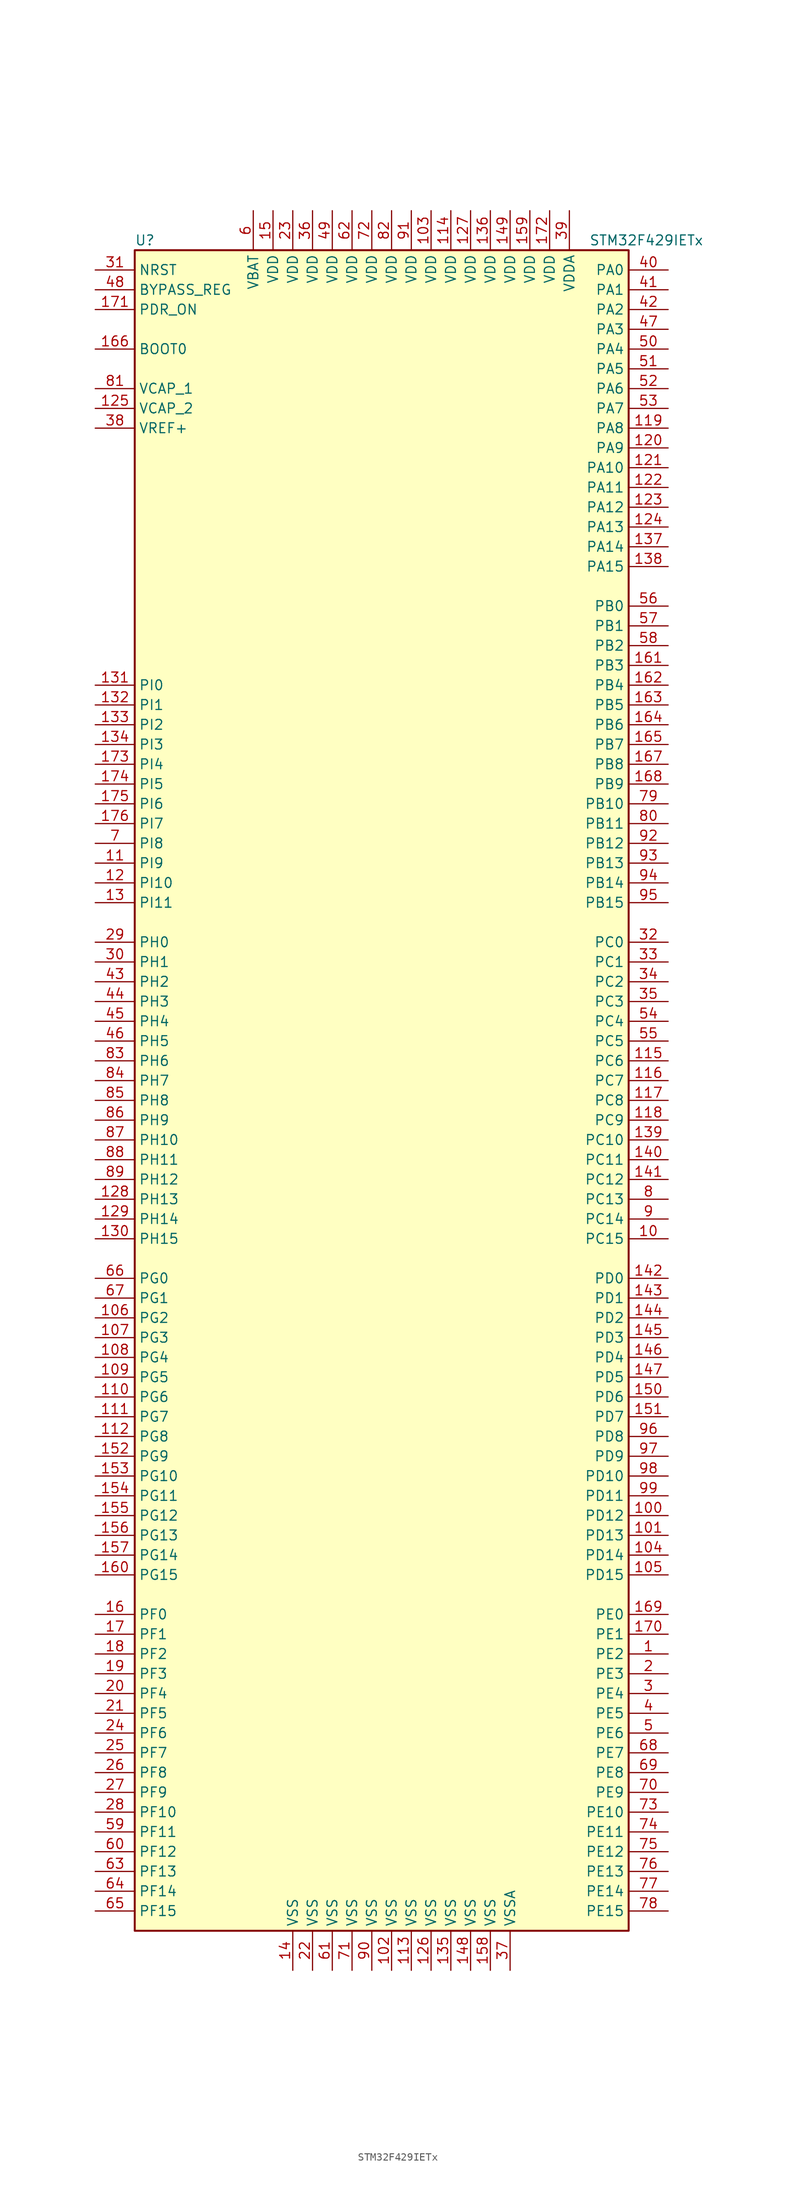
<source format=kicad_sym>
(kicad_symbol_lib
  (version 20201005)
  (generator kicad_symbol_editor)
  (symbol "STM32F429IETx"
    (property "Reference" "U"
      (at -33.02 107.95 0)
      (effects (font (size 1.27 1.27)) (justify left)))
    (property "Value" "STM32F429IETx"
      (at 25.4 107.95 0)
      (effects (font (size 1.27 1.27)) (justify left)))
    (symbol "STM32F429IETx_0_1"
      (rectangle (start -33.02 -109.22) (end 30.48 106.68) (stroke (width 0.254)) (fill (type background))))
    (symbol "STM32F429IETx_1_1"
      (pin bidirectional line (at 35.56 -73.66 180) (length 5.08) (name "PE2" (effects (font (size 1.27 1.27)))) (number "1" (effects (font (size 1.27 1.27)))))
      (pin bidirectional line (at 35.56 -20.32 180) (length 5.08) (name "PC15" (effects (font (size 1.27 1.27)))) (number "10" (effects (font (size 1.27 1.27)))))
      (pin bidirectional line (at 35.56 -55.88 180) (length 5.08) (name "PD12" (effects (font (size 1.27 1.27)))) (number "100" (effects (font (size 1.27 1.27)))))
      (pin bidirectional line (at 35.56 -58.42 180) (length 5.08) (name "PD13" (effects (font (size 1.27 1.27)))) (number "101" (effects (font (size 1.27 1.27)))))
      (pin power_in line (at 0 -114.3 90) (length 5.08) (name "VSS" (effects (font (size 1.27 1.27)))) (number "102" (effects (font (size 1.27 1.27)))))
      (pin power_in line (at 5.08 111.76 270) (length 5.08) (name "VDD" (effects (font (size 1.27 1.27)))) (number "103" (effects (font (size 1.27 1.27)))))
      (pin bidirectional line (at 35.56 -60.96 180) (length 5.08) (name "PD14" (effects (font (size 1.27 1.27)))) (number "104" (effects (font (size 1.27 1.27)))))
      (pin bidirectional line (at 35.56 -63.5 180) (length 5.08) (name "PD15" (effects (font (size 1.27 1.27)))) (number "105" (effects (font (size 1.27 1.27)))))
      (pin bidirectional line (at -38.1 -30.48 0) (length 5.08) (name "PG2" (effects (font (size 1.27 1.27)))) (number "106" (effects (font (size 1.27 1.27)))))
      (pin bidirectional line (at -38.1 -33.02 0) (length 5.08) (name "PG3" (effects (font (size 1.27 1.27)))) (number "107" (effects (font (size 1.27 1.27)))))
      (pin bidirectional line (at -38.1 -35.56 0) (length 5.08) (name "PG4" (effects (font (size 1.27 1.27)))) (number "108" (effects (font (size 1.27 1.27)))))
      (pin bidirectional line (at -38.1 -38.1 0) (length 5.08) (name "PG5" (effects (font (size 1.27 1.27)))) (number "109" (effects (font (size 1.27 1.27)))))
      (pin bidirectional line (at -38.1 27.94 0) (length 5.08) (name "PI9" (effects (font (size 1.27 1.27)))) (number "11" (effects (font (size 1.27 1.27)))))
      (pin bidirectional line (at -38.1 -40.64 0) (length 5.08) (name "PG6" (effects (font (size 1.27 1.27)))) (number "110" (effects (font (size 1.27 1.27)))))
      (pin bidirectional line (at -38.1 -43.18 0) (length 5.08) (name "PG7" (effects (font (size 1.27 1.27)))) (number "111" (effects (font (size 1.27 1.27)))))
      (pin bidirectional line (at -38.1 -45.72 0) (length 5.08) (name "PG8" (effects (font (size 1.27 1.27)))) (number "112" (effects (font (size 1.27 1.27)))))
      (pin power_in line (at 2.54 -114.3 90) (length 5.08) (name "VSS" (effects (font (size 1.27 1.27)))) (number "113" (effects (font (size 1.27 1.27)))))
      (pin power_in line (at 7.62 111.76 270) (length 5.08) (name "VDD" (effects (font (size 1.27 1.27)))) (number "114" (effects (font (size 1.27 1.27)))))
      (pin bidirectional line (at 35.56 2.54 180) (length 5.08) (name "PC6" (effects (font (size 1.27 1.27)))) (number "115" (effects (font (size 1.27 1.27)))))
      (pin bidirectional line (at 35.56 0 180) (length 5.08) (name "PC7" (effects (font (size 1.27 1.27)))) (number "116" (effects (font (size 1.27 1.27)))))
      (pin bidirectional line (at 35.56 -2.54 180) (length 5.08) (name "PC8" (effects (font (size 1.27 1.27)))) (number "117" (effects (font (size 1.27 1.27)))))
      (pin bidirectional line (at 35.56 -5.08 180) (length 5.08) (name "PC9" (effects (font (size 1.27 1.27)))) (number "118" (effects (font (size 1.27 1.27)))))
      (pin bidirectional line (at 35.56 83.82 180) (length 5.08) (name "PA8" (effects (font (size 1.27 1.27)))) (number "119" (effects (font (size 1.27 1.27)))))
      (pin bidirectional line (at -38.1 25.4 0) (length 5.08) (name "PI10" (effects (font (size 1.27 1.27)))) (number "12" (effects (font (size 1.27 1.27)))))
      (pin bidirectional line (at 35.56 81.28 180) (length 5.08) (name "PA9" (effects (font (size 1.27 1.27)))) (number "120" (effects (font (size 1.27 1.27)))))
      (pin bidirectional line (at 35.56 78.74 180) (length 5.08) (name "PA10" (effects (font (size 1.27 1.27)))) (number "121" (effects (font (size 1.27 1.27)))))
      (pin bidirectional line (at 35.56 76.2 180) (length 5.08) (name "PA11" (effects (font (size 1.27 1.27)))) (number "122" (effects (font (size 1.27 1.27)))))
      (pin bidirectional line (at 35.56 73.66 180) (length 5.08) (name "PA12" (effects (font (size 1.27 1.27)))) (number "123" (effects (font (size 1.27 1.27)))))
      (pin bidirectional line (at 35.56 71.12 180) (length 5.08) (name "PA13" (effects (font (size 1.27 1.27)))) (number "124" (effects (font (size 1.27 1.27)))))
      (pin power_in line (at -38.1 86.36 0) (length 5.08) (name "VCAP_2" (effects (font (size 1.27 1.27)))) (number "125" (effects (font (size 1.27 1.27)))))
      (pin power_in line (at 5.08 -114.3 90) (length 5.08) (name "VSS" (effects (font (size 1.27 1.27)))) (number "126" (effects (font (size 1.27 1.27)))))
      (pin power_in line (at 10.16 111.76 270) (length 5.08) (name "VDD" (effects (font (size 1.27 1.27)))) (number "127" (effects (font (size 1.27 1.27)))))
      (pin bidirectional line (at -38.1 -15.24 0) (length 5.08) (name "PH13" (effects (font (size 1.27 1.27)))) (number "128" (effects (font (size 1.27 1.27)))))
      (pin bidirectional line (at -38.1 -17.78 0) (length 5.08) (name "PH14" (effects (font (size 1.27 1.27)))) (number "129" (effects (font (size 1.27 1.27)))))
      (pin bidirectional line (at -38.1 22.86 0) (length 5.08) (name "PI11" (effects (font (size 1.27 1.27)))) (number "13" (effects (font (size 1.27 1.27)))))
      (pin bidirectional line (at -38.1 -20.32 0) (length 5.08) (name "PH15" (effects (font (size 1.27 1.27)))) (number "130" (effects (font (size 1.27 1.27)))))
      (pin bidirectional line (at -38.1 50.8 0) (length 5.08) (name "PI0" (effects (font (size 1.27 1.27)))) (number "131" (effects (font (size 1.27 1.27)))))
      (pin bidirectional line (at -38.1 48.26 0) (length 5.08) (name "PI1" (effects (font (size 1.27 1.27)))) (number "132" (effects (font (size 1.27 1.27)))))
      (pin bidirectional line (at -38.1 45.72 0) (length 5.08) (name "PI2" (effects (font (size 1.27 1.27)))) (number "133" (effects (font (size 1.27 1.27)))))
      (pin bidirectional line (at -38.1 43.18 0) (length 5.08) (name "PI3" (effects (font (size 1.27 1.27)))) (number "134" (effects (font (size 1.27 1.27)))))
      (pin power_in line (at 7.62 -114.3 90) (length 5.08) (name "VSS" (effects (font (size 1.27 1.27)))) (number "135" (effects (font (size 1.27 1.27)))))
      (pin power_in line (at 12.7 111.76 270) (length 5.08) (name "VDD" (effects (font (size 1.27 1.27)))) (number "136" (effects (font (size 1.27 1.27)))))
      (pin bidirectional line (at 35.56 68.58 180) (length 5.08) (name "PA14" (effects (font (size 1.27 1.27)))) (number "137" (effects (font (size 1.27 1.27)))))
      (pin bidirectional line (at 35.56 66.04 180) (length 5.08) (name "PA15" (effects (font (size 1.27 1.27)))) (number "138" (effects (font (size 1.27 1.27)))))
      (pin bidirectional line (at 35.56 -7.62 180) (length 5.08) (name "PC10" (effects (font (size 1.27 1.27)))) (number "139" (effects (font (size 1.27 1.27)))))
      (pin power_in line (at -12.7 -114.3 90) (length 5.08) (name "VSS" (effects (font (size 1.27 1.27)))) (number "14" (effects (font (size 1.27 1.27)))))
      (pin bidirectional line (at 35.56 -10.16 180) (length 5.08) (name "PC11" (effects (font (size 1.27 1.27)))) (number "140" (effects (font (size 1.27 1.27)))))
      (pin bidirectional line (at 35.56 -12.7 180) (length 5.08) (name "PC12" (effects (font (size 1.27 1.27)))) (number "141" (effects (font (size 1.27 1.27)))))
      (pin bidirectional line (at 35.56 -25.4 180) (length 5.08) (name "PD0" (effects (font (size 1.27 1.27)))) (number "142" (effects (font (size 1.27 1.27)))))
      (pin bidirectional line (at 35.56 -27.94 180) (length 5.08) (name "PD1" (effects (font (size 1.27 1.27)))) (number "143" (effects (font (size 1.27 1.27)))))
      (pin bidirectional line (at 35.56 -30.48 180) (length 5.08) (name "PD2" (effects (font (size 1.27 1.27)))) (number "144" (effects (font (size 1.27 1.27)))))
      (pin bidirectional line (at 35.56 -33.02 180) (length 5.08) (name "PD3" (effects (font (size 1.27 1.27)))) (number "145" (effects (font (size 1.27 1.27)))))
      (pin bidirectional line (at 35.56 -35.56 180) (length 5.08) (name "PD4" (effects (font (size 1.27 1.27)))) (number "146" (effects (font (size 1.27 1.27)))))
      (pin bidirectional line (at 35.56 -38.1 180) (length 5.08) (name "PD5" (effects (font (size 1.27 1.27)))) (number "147" (effects (font (size 1.27 1.27)))))
      (pin power_in line (at 10.16 -114.3 90) (length 5.08) (name "VSS" (effects (font (size 1.27 1.27)))) (number "148" (effects (font (size 1.27 1.27)))))
      (pin power_in line (at 15.24 111.76 270) (length 5.08) (name "VDD" (effects (font (size 1.27 1.27)))) (number "149" (effects (font (size 1.27 1.27)))))
      (pin power_in line (at -15.24 111.76 270) (length 5.08) (name "VDD" (effects (font (size 1.27 1.27)))) (number "15" (effects (font (size 1.27 1.27)))))
      (pin bidirectional line (at 35.56 -40.64 180) (length 5.08) (name "PD6" (effects (font (size 1.27 1.27)))) (number "150" (effects (font (size 1.27 1.27)))))
      (pin bidirectional line (at 35.56 -43.18 180) (length 5.08) (name "PD7" (effects (font (size 1.27 1.27)))) (number "151" (effects (font (size 1.27 1.27)))))
      (pin bidirectional line (at -38.1 -48.26 0) (length 5.08) (name "PG9" (effects (font (size 1.27 1.27)))) (number "152" (effects (font (size 1.27 1.27)))))
      (pin bidirectional line (at -38.1 -50.8 0) (length 5.08) (name "PG10" (effects (font (size 1.27 1.27)))) (number "153" (effects (font (size 1.27 1.27)))))
      (pin bidirectional line (at -38.1 -53.34 0) (length 5.08) (name "PG11" (effects (font (size 1.27 1.27)))) (number "154" (effects (font (size 1.27 1.27)))))
      (pin bidirectional line (at -38.1 -55.88 0) (length 5.08) (name "PG12" (effects (font (size 1.27 1.27)))) (number "155" (effects (font (size 1.27 1.27)))))
      (pin bidirectional line (at -38.1 -58.42 0) (length 5.08) (name "PG13" (effects (font (size 1.27 1.27)))) (number "156" (effects (font (size 1.27 1.27)))))
      (pin bidirectional line (at -38.1 -60.96 0) (length 5.08) (name "PG14" (effects (font (size 1.27 1.27)))) (number "157" (effects (font (size 1.27 1.27)))))
      (pin power_in line (at 12.7 -114.3 90) (length 5.08) (name "VSS" (effects (font (size 1.27 1.27)))) (number "158" (effects (font (size 1.27 1.27)))))
      (pin power_in line (at 17.78 111.76 270) (length 5.08) (name "VDD" (effects (font (size 1.27 1.27)))) (number "159" (effects (font (size 1.27 1.27)))))
      (pin bidirectional line (at -38.1 -68.58 0) (length 5.08) (name "PF0" (effects (font (size 1.27 1.27)))) (number "16" (effects (font (size 1.27 1.27)))))
      (pin bidirectional line (at -38.1 -63.5 0) (length 5.08) (name "PG15" (effects (font (size 1.27 1.27)))) (number "160" (effects (font (size 1.27 1.27)))))
      (pin bidirectional line (at 35.56 53.34 180) (length 5.08) (name "PB3" (effects (font (size 1.27 1.27)))) (number "161" (effects (font (size 1.27 1.27)))))
      (pin bidirectional line (at 35.56 50.8 180) (length 5.08) (name "PB4" (effects (font (size 1.27 1.27)))) (number "162" (effects (font (size 1.27 1.27)))))
      (pin bidirectional line (at 35.56 48.26 180) (length 5.08) (name "PB5" (effects (font (size 1.27 1.27)))) (number "163" (effects (font (size 1.27 1.27)))))
      (pin bidirectional line (at 35.56 45.72 180) (length 5.08) (name "PB6" (effects (font (size 1.27 1.27)))) (number "164" (effects (font (size 1.27 1.27)))))
      (pin bidirectional line (at 35.56 43.18 180) (length 5.08) (name "PB7" (effects (font (size 1.27 1.27)))) (number "165" (effects (font (size 1.27 1.27)))))
      (pin input line (at -38.1 93.98 0) (length 5.08) (name "BOOT0" (effects (font (size 1.27 1.27)))) (number "166" (effects (font (size 1.27 1.27)))))
      (pin bidirectional line (at 35.56 40.64 180) (length 5.08) (name "PB8" (effects (font (size 1.27 1.27)))) (number "167" (effects (font (size 1.27 1.27)))))
      (pin bidirectional line (at 35.56 38.1 180) (length 5.08) (name "PB9" (effects (font (size 1.27 1.27)))) (number "168" (effects (font (size 1.27 1.27)))))
      (pin bidirectional line (at 35.56 -68.58 180) (length 5.08) (name "PE0" (effects (font (size 1.27 1.27)))) (number "169" (effects (font (size 1.27 1.27)))))
      (pin bidirectional line (at -38.1 -71.12 0) (length 5.08) (name "PF1" (effects (font (size 1.27 1.27)))) (number "17" (effects (font (size 1.27 1.27)))))
      (pin bidirectional line (at 35.56 -71.12 180) (length 5.08) (name "PE1" (effects (font (size 1.27 1.27)))) (number "170" (effects (font (size 1.27 1.27)))))
      (pin input line (at -38.1 99.06 0) (length 5.08) (name "PDR_ON" (effects (font (size 1.27 1.27)))) (number "171" (effects (font (size 1.27 1.27)))))
      (pin power_in line (at 20.32 111.76 270) (length 5.08) (name "VDD" (effects (font (size 1.27 1.27)))) (number "172" (effects (font (size 1.27 1.27)))))
      (pin bidirectional line (at -38.1 40.64 0) (length 5.08) (name "PI4" (effects (font (size 1.27 1.27)))) (number "173" (effects (font (size 1.27 1.27)))))
      (pin bidirectional line (at -38.1 38.1 0) (length 5.08) (name "PI5" (effects (font (size 1.27 1.27)))) (number "174" (effects (font (size 1.27 1.27)))))
      (pin bidirectional line (at -38.1 35.56 0) (length 5.08) (name "PI6" (effects (font (size 1.27 1.27)))) (number "175" (effects (font (size 1.27 1.27)))))
      (pin bidirectional line (at -38.1 33.02 0) (length 5.08) (name "PI7" (effects (font (size 1.27 1.27)))) (number "176" (effects (font (size 1.27 1.27)))))
      (pin bidirectional line (at -38.1 -73.66 0) (length 5.08) (name "PF2" (effects (font (size 1.27 1.27)))) (number "18" (effects (font (size 1.27 1.27)))))
      (pin bidirectional line (at -38.1 -76.2 0) (length 5.08) (name "PF3" (effects (font (size 1.27 1.27)))) (number "19" (effects (font (size 1.27 1.27)))))
      (pin bidirectional line (at 35.56 -76.2 180) (length 5.08) (name "PE3" (effects (font (size 1.27 1.27)))) (number "2" (effects (font (size 1.27 1.27)))))
      (pin bidirectional line (at -38.1 -78.74 0) (length 5.08) (name "PF4" (effects (font (size 1.27 1.27)))) (number "20" (effects (font (size 1.27 1.27)))))
      (pin bidirectional line (at -38.1 -81.28 0) (length 5.08) (name "PF5" (effects (font (size 1.27 1.27)))) (number "21" (effects (font (size 1.27 1.27)))))
      (pin power_in line (at -10.16 -114.3 90) (length 5.08) (name "VSS" (effects (font (size 1.27 1.27)))) (number "22" (effects (font (size 1.27 1.27)))))
      (pin power_in line (at -12.7 111.76 270) (length 5.08) (name "VDD" (effects (font (size 1.27 1.27)))) (number "23" (effects (font (size 1.27 1.27)))))
      (pin bidirectional line (at -38.1 -83.82 0) (length 5.08) (name "PF6" (effects (font (size 1.27 1.27)))) (number "24" (effects (font (size 1.27 1.27)))))
      (pin bidirectional line (at -38.1 -86.36 0) (length 5.08) (name "PF7" (effects (font (size 1.27 1.27)))) (number "25" (effects (font (size 1.27 1.27)))))
      (pin bidirectional line (at -38.1 -88.9 0) (length 5.08) (name "PF8" (effects (font (size 1.27 1.27)))) (number "26" (effects (font (size 1.27 1.27)))))
      (pin bidirectional line (at -38.1 -91.44 0) (length 5.08) (name "PF9" (effects (font (size 1.27 1.27)))) (number "27" (effects (font (size 1.27 1.27)))))
      (pin bidirectional line (at -38.1 -93.98 0) (length 5.08) (name "PF10" (effects (font (size 1.27 1.27)))) (number "28" (effects (font (size 1.27 1.27)))))
      (pin input line (at -38.1 17.78 0) (length 5.08) (name "PH0" (effects (font (size 1.27 1.27)))) (number "29" (effects (font (size 1.27 1.27)))))
      (pin bidirectional line (at 35.56 -78.74 180) (length 5.08) (name "PE4" (effects (font (size 1.27 1.27)))) (number "3" (effects (font (size 1.27 1.27)))))
      (pin input line (at -38.1 15.24 0) (length 5.08) (name "PH1" (effects (font (size 1.27 1.27)))) (number "30" (effects (font (size 1.27 1.27)))))
      (pin input line (at -38.1 104.14 0) (length 5.08) (name "NRST" (effects (font (size 1.27 1.27)))) (number "31" (effects (font (size 1.27 1.27)))))
      (pin bidirectional line (at 35.56 17.78 180) (length 5.08) (name "PC0" (effects (font (size 1.27 1.27)))) (number "32" (effects (font (size 1.27 1.27)))))
      (pin bidirectional line (at 35.56 15.24 180) (length 5.08) (name "PC1" (effects (font (size 1.27 1.27)))) (number "33" (effects (font (size 1.27 1.27)))))
      (pin bidirectional line (at 35.56 12.7 180) (length 5.08) (name "PC2" (effects (font (size 1.27 1.27)))) (number "34" (effects (font (size 1.27 1.27)))))
      (pin bidirectional line (at 35.56 10.16 180) (length 5.08) (name "PC3" (effects (font (size 1.27 1.27)))) (number "35" (effects (font (size 1.27 1.27)))))
      (pin power_in line (at -10.16 111.76 270) (length 5.08) (name "VDD" (effects (font (size 1.27 1.27)))) (number "36" (effects (font (size 1.27 1.27)))))
      (pin power_in line (at 15.24 -114.3 90) (length 5.08) (name "VSSA" (effects (font (size 1.27 1.27)))) (number "37" (effects (font (size 1.27 1.27)))))
      (pin power_in line (at -38.1 83.82 0) (length 5.08) (name "VREF+" (effects (font (size 1.27 1.27)))) (number "38" (effects (font (size 1.27 1.27)))))
      (pin power_in line (at 22.86 111.76 270) (length 5.08) (name "VDDA" (effects (font (size 1.27 1.27)))) (number "39" (effects (font (size 1.27 1.27)))))
      (pin bidirectional line (at 35.56 -81.28 180) (length 5.08) (name "PE5" (effects (font (size 1.27 1.27)))) (number "4" (effects (font (size 1.27 1.27)))))
      (pin bidirectional line (at 35.56 104.14 180) (length 5.08) (name "PA0" (effects (font (size 1.27 1.27)))) (number "40" (effects (font (size 1.27 1.27)))))
      (pin bidirectional line (at 35.56 101.6 180) (length 5.08) (name "PA1" (effects (font (size 1.27 1.27)))) (number "41" (effects (font (size 1.27 1.27)))))
      (pin bidirectional line (at 35.56 99.06 180) (length 5.08) (name "PA2" (effects (font (size 1.27 1.27)))) (number "42" (effects (font (size 1.27 1.27)))))
      (pin bidirectional line (at -38.1 12.7 0) (length 5.08) (name "PH2" (effects (font (size 1.27 1.27)))) (number "43" (effects (font (size 1.27 1.27)))))
      (pin bidirectional line (at -38.1 10.16 0) (length 5.08) (name "PH3" (effects (font (size 1.27 1.27)))) (number "44" (effects (font (size 1.27 1.27)))))
      (pin bidirectional line (at -38.1 7.62 0) (length 5.08) (name "PH4" (effects (font (size 1.27 1.27)))) (number "45" (effects (font (size 1.27 1.27)))))
      (pin bidirectional line (at -38.1 5.08 0) (length 5.08) (name "PH5" (effects (font (size 1.27 1.27)))) (number "46" (effects (font (size 1.27 1.27)))))
      (pin bidirectional line (at 35.56 96.52 180) (length 5.08) (name "PA3" (effects (font (size 1.27 1.27)))) (number "47" (effects (font (size 1.27 1.27)))))
      (pin input line (at -38.1 101.6 0) (length 5.08) (name "BYPASS_REG" (effects (font (size 1.27 1.27)))) (number "48" (effects (font (size 1.27 1.27)))))
      (pin power_in line (at -7.62 111.76 270) (length 5.08) (name "VDD" (effects (font (size 1.27 1.27)))) (number "49" (effects (font (size 1.27 1.27)))))
      (pin bidirectional line (at 35.56 -83.82 180) (length 5.08) (name "PE6" (effects (font (size 1.27 1.27)))) (number "5" (effects (font (size 1.27 1.27)))))
      (pin bidirectional line (at 35.56 93.98 180) (length 5.08) (name "PA4" (effects (font (size 1.27 1.27)))) (number "50" (effects (font (size 1.27 1.27)))))
      (pin bidirectional line (at 35.56 91.44 180) (length 5.08) (name "PA5" (effects (font (size 1.27 1.27)))) (number "51" (effects (font (size 1.27 1.27)))))
      (pin bidirectional line (at 35.56 88.9 180) (length 5.08) (name "PA6" (effects (font (size 1.27 1.27)))) (number "52" (effects (font (size 1.27 1.27)))))
      (pin bidirectional line (at 35.56 86.36 180) (length 5.08) (name "PA7" (effects (font (size 1.27 1.27)))) (number "53" (effects (font (size 1.27 1.27)))))
      (pin bidirectional line (at 35.56 7.62 180) (length 5.08) (name "PC4" (effects (font (size 1.27 1.27)))) (number "54" (effects (font (size 1.27 1.27)))))
      (pin bidirectional line (at 35.56 5.08 180) (length 5.08) (name "PC5" (effects (font (size 1.27 1.27)))) (number "55" (effects (font (size 1.27 1.27)))))
      (pin bidirectional line (at 35.56 60.96 180) (length 5.08) (name "PB0" (effects (font (size 1.27 1.27)))) (number "56" (effects (font (size 1.27 1.27)))))
      (pin bidirectional line (at 35.56 58.42 180) (length 5.08) (name "PB1" (effects (font (size 1.27 1.27)))) (number "57" (effects (font (size 1.27 1.27)))))
      (pin bidirectional line (at 35.56 55.88 180) (length 5.08) (name "PB2" (effects (font (size 1.27 1.27)))) (number "58" (effects (font (size 1.27 1.27)))))
      (pin bidirectional line (at -38.1 -96.52 0) (length 5.08) (name "PF11" (effects (font (size 1.27 1.27)))) (number "59" (effects (font (size 1.27 1.27)))))
      (pin power_in line (at -17.78 111.76 270) (length 5.08) (name "VBAT" (effects (font (size 1.27 1.27)))) (number "6" (effects (font (size 1.27 1.27)))))
      (pin bidirectional line (at -38.1 -99.06 0) (length 5.08) (name "PF12" (effects (font (size 1.27 1.27)))) (number "60" (effects (font (size 1.27 1.27)))))
      (pin power_in line (at -7.62 -114.3 90) (length 5.08) (name "VSS" (effects (font (size 1.27 1.27)))) (number "61" (effects (font (size 1.27 1.27)))))
      (pin power_in line (at -5.08 111.76 270) (length 5.08) (name "VDD" (effects (font (size 1.27 1.27)))) (number "62" (effects (font (size 1.27 1.27)))))
      (pin bidirectional line (at -38.1 -101.6 0) (length 5.08) (name "PF13" (effects (font (size 1.27 1.27)))) (number "63" (effects (font (size 1.27 1.27)))))
      (pin bidirectional line (at -38.1 -104.14 0) (length 5.08) (name "PF14" (effects (font (size 1.27 1.27)))) (number "64" (effects (font (size 1.27 1.27)))))
      (pin bidirectional line (at -38.1 -106.68 0) (length 5.08) (name "PF15" (effects (font (size 1.27 1.27)))) (number "65" (effects (font (size 1.27 1.27)))))
      (pin bidirectional line (at -38.1 -25.4 0) (length 5.08) (name "PG0" (effects (font (size 1.27 1.27)))) (number "66" (effects (font (size 1.27 1.27)))))
      (pin bidirectional line (at -38.1 -27.94 0) (length 5.08) (name "PG1" (effects (font (size 1.27 1.27)))) (number "67" (effects (font (size 1.27 1.27)))))
      (pin bidirectional line (at 35.56 -86.36 180) (length 5.08) (name "PE7" (effects (font (size 1.27 1.27)))) (number "68" (effects (font (size 1.27 1.27)))))
      (pin bidirectional line (at 35.56 -88.9 180) (length 5.08) (name "PE8" (effects (font (size 1.27 1.27)))) (number "69" (effects (font (size 1.27 1.27)))))
      (pin bidirectional line (at -38.1 30.48 0) (length 5.08) (name "PI8" (effects (font (size 1.27 1.27)))) (number "7" (effects (font (size 1.27 1.27)))))
      (pin bidirectional line (at 35.56 -91.44 180) (length 5.08) (name "PE9" (effects (font (size 1.27 1.27)))) (number "70" (effects (font (size 1.27 1.27)))))
      (pin power_in line (at -5.08 -114.3 90) (length 5.08) (name "VSS" (effects (font (size 1.27 1.27)))) (number "71" (effects (font (size 1.27 1.27)))))
      (pin power_in line (at -2.54 111.76 270) (length 5.08) (name "VDD" (effects (font (size 1.27 1.27)))) (number "72" (effects (font (size 1.27 1.27)))))
      (pin bidirectional line (at 35.56 -93.98 180) (length 5.08) (name "PE10" (effects (font (size 1.27 1.27)))) (number "73" (effects (font (size 1.27 1.27)))))
      (pin bidirectional line (at 35.56 -96.52 180) (length 5.08) (name "PE11" (effects (font (size 1.27 1.27)))) (number "74" (effects (font (size 1.27 1.27)))))
      (pin bidirectional line (at 35.56 -99.06 180) (length 5.08) (name "PE12" (effects (font (size 1.27 1.27)))) (number "75" (effects (font (size 1.27 1.27)))))
      (pin bidirectional line (at 35.56 -101.6 180) (length 5.08) (name "PE13" (effects (font (size 1.27 1.27)))) (number "76" (effects (font (size 1.27 1.27)))))
      (pin bidirectional line (at 35.56 -104.14 180) (length 5.08) (name "PE14" (effects (font (size 1.27 1.27)))) (number "77" (effects (font (size 1.27 1.27)))))
      (pin bidirectional line (at 35.56 -106.68 180) (length 5.08) (name "PE15" (effects (font (size 1.27 1.27)))) (number "78" (effects (font (size 1.27 1.27)))))
      (pin bidirectional line (at 35.56 35.56 180) (length 5.08) (name "PB10" (effects (font (size 1.27 1.27)))) (number "79" (effects (font (size 1.27 1.27)))))
      (pin bidirectional line (at 35.56 -15.24 180) (length 5.08) (name "PC13" (effects (font (size 1.27 1.27)))) (number "8" (effects (font (size 1.27 1.27)))))
      (pin bidirectional line (at 35.56 33.02 180) (length 5.08) (name "PB11" (effects (font (size 1.27 1.27)))) (number "80" (effects (font (size 1.27 1.27)))))
      (pin power_in line (at -38.1 88.9 0) (length 5.08) (name "VCAP_1" (effects (font (size 1.27 1.27)))) (number "81" (effects (font (size 1.27 1.27)))))
      (pin power_in line (at 0 111.76 270) (length 5.08) (name "VDD" (effects (font (size 1.27 1.27)))) (number "82" (effects (font (size 1.27 1.27)))))
      (pin bidirectional line (at -38.1 2.54 0) (length 5.08) (name "PH6" (effects (font (size 1.27 1.27)))) (number "83" (effects (font (size 1.27 1.27)))))
      (pin bidirectional line (at -38.1 0 0) (length 5.08) (name "PH7" (effects (font (size 1.27 1.27)))) (number "84" (effects (font (size 1.27 1.27)))))
      (pin bidirectional line (at -38.1 -2.54 0) (length 5.08) (name "PH8" (effects (font (size 1.27 1.27)))) (number "85" (effects (font (size 1.27 1.27)))))
      (pin bidirectional line (at -38.1 -5.08 0) (length 5.08) (name "PH9" (effects (font (size 1.27 1.27)))) (number "86" (effects (font (size 1.27 1.27)))))
      (pin bidirectional line (at -38.1 -7.62 0) (length 5.08) (name "PH10" (effects (font (size 1.27 1.27)))) (number "87" (effects (font (size 1.27 1.27)))))
      (pin bidirectional line (at -38.1 -10.16 0) (length 5.08) (name "PH11" (effects (font (size 1.27 1.27)))) (number "88" (effects (font (size 1.27 1.27)))))
      (pin bidirectional line (at -38.1 -12.7 0) (length 5.08) (name "PH12" (effects (font (size 1.27 1.27)))) (number "89" (effects (font (size 1.27 1.27)))))
      (pin bidirectional line (at 35.56 -17.78 180) (length 5.08) (name "PC14" (effects (font (size 1.27 1.27)))) (number "9" (effects (font (size 1.27 1.27)))))
      (pin power_in line (at -2.54 -114.3 90) (length 5.08) (name "VSS" (effects (font (size 1.27 1.27)))) (number "90" (effects (font (size 1.27 1.27)))))
      (pin power_in line (at 2.54 111.76 270) (length 5.08) (name "VDD" (effects (font (size 1.27 1.27)))) (number "91" (effects (font (size 1.27 1.27)))))
      (pin bidirectional line (at 35.56 30.48 180) (length 5.08) (name "PB12" (effects (font (size 1.27 1.27)))) (number "92" (effects (font (size 1.27 1.27)))))
      (pin bidirectional line (at 35.56 27.94 180) (length 5.08) (name "PB13" (effects (font (size 1.27 1.27)))) (number "93" (effects (font (size 1.27 1.27)))))
      (pin bidirectional line (at 35.56 25.4 180) (length 5.08) (name "PB14" (effects (font (size 1.27 1.27)))) (number "94" (effects (font (size 1.27 1.27)))))
      (pin bidirectional line (at 35.56 22.86 180) (length 5.08) (name "PB15" (effects (font (size 1.27 1.27)))) (number "95" (effects (font (size 1.27 1.27)))))
      (pin bidirectional line (at 35.56 -45.72 180) (length 5.08) (name "PD8" (effects (font (size 1.27 1.27)))) (number "96" (effects (font (size 1.27 1.27)))))
      (pin bidirectional line (at 35.56 -48.26 180) (length 5.08) (name "PD9" (effects (font (size 1.27 1.27)))) (number "97" (effects (font (size 1.27 1.27)))))
      (pin bidirectional line (at 35.56 -50.8 180) (length 5.08) (name "PD10" (effects (font (size 1.27 1.27)))) (number "98" (effects (font (size 1.27 1.27)))))
      (pin bidirectional line (at 35.56 -53.34 180) (length 5.08) (name "PD11" (effects (font (size 1.27 1.27)))) (number "99" (effects (font (size 1.27 1.27))))))))
</source>
